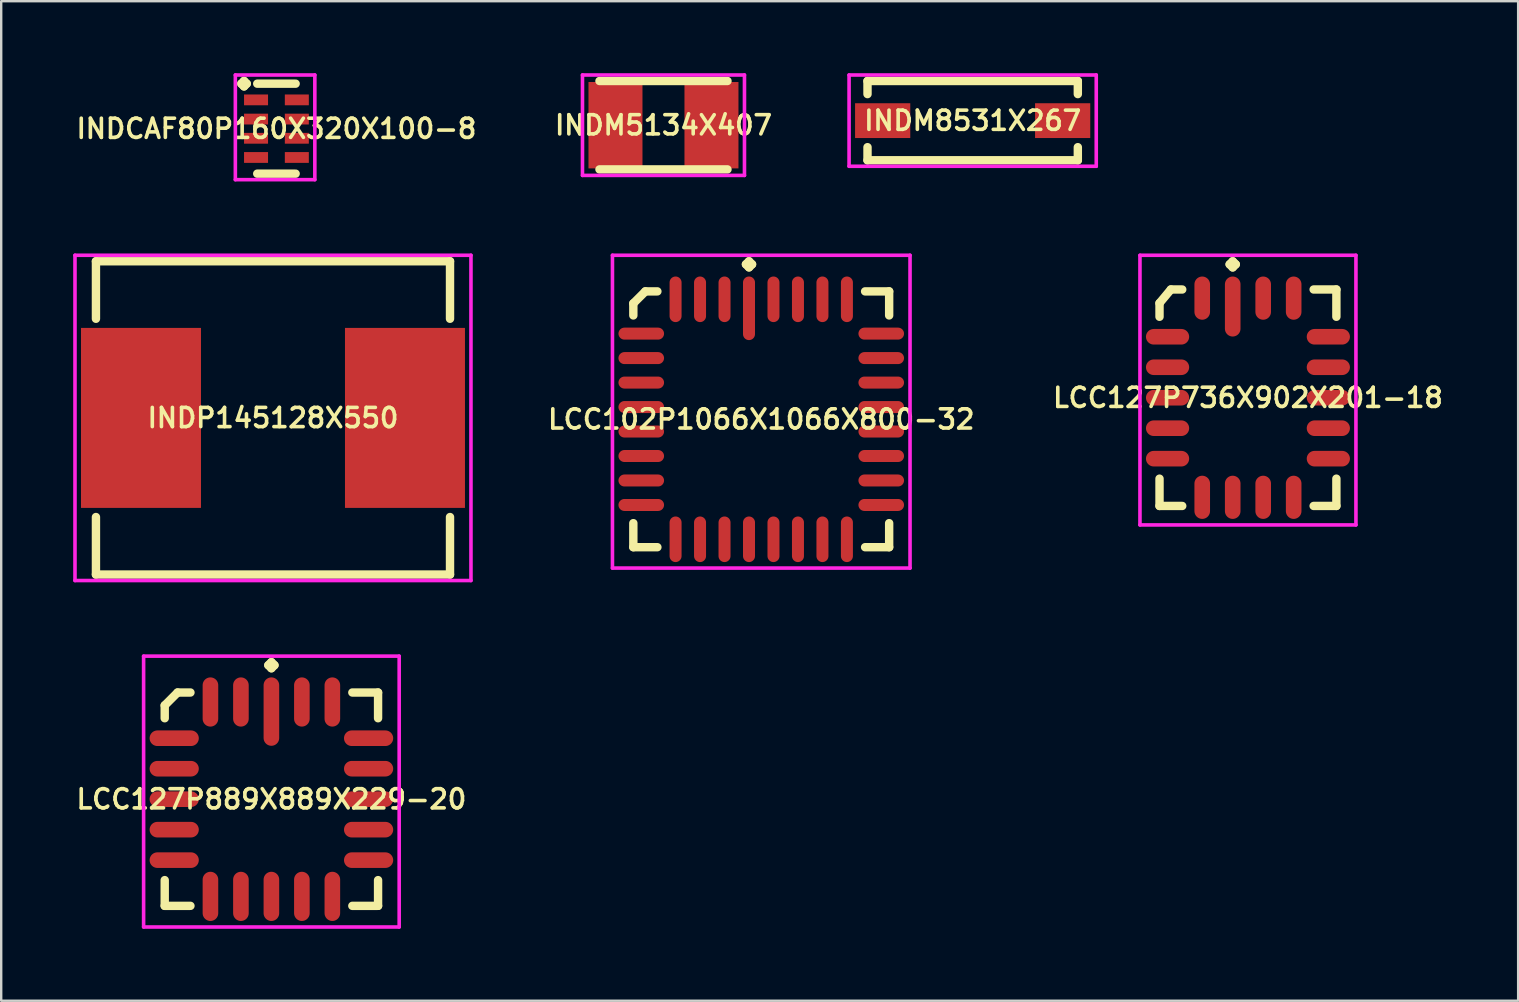
<source format=kicad_pcb>
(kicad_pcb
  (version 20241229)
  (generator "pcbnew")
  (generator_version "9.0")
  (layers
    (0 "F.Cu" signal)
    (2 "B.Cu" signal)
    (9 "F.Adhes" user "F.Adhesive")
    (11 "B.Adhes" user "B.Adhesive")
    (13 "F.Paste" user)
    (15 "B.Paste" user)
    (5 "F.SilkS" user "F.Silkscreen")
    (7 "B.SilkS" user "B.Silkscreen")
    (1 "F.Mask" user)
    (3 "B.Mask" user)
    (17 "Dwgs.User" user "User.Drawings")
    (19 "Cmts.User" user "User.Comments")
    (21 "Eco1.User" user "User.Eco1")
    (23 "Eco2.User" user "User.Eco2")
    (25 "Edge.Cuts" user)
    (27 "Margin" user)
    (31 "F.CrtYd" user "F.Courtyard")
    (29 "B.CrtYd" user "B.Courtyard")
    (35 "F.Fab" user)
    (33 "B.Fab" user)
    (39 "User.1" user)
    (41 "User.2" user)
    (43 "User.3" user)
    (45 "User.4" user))
  (footprint "LCC102P1066X1066X800-32"
    (layer "F.Cu")
    (at 28.671 14.422)
    (property "Reference" "LCC102P1066X1066X800-32" (at 0 0 0) (layer "F.SilkS") (effects (font (size 0.8 0.8) (thickness 0.15))))
    (attr smd)
    (fp_line (start -5.33 -4.829) (end -4.829 -5.33) (stroke (width 0.35) (type solid)) (layer "F.SilkS"))
    (fp_line (start -5.33 -4.328) (end -5.33 -4.829) (stroke (width 0.35) (type solid)) (layer "F.SilkS"))
    (fp_line (start -5.33 4.328) (end -5.33 5.33) (stroke (width 0.35) (type solid)) (layer "F.SilkS"))
    (fp_line (start -5.33 5.33) (end -4.328 5.33) (stroke (width 0.35) (type solid)) (layer "F.SilkS"))
    (fp_line (start -4.829 -5.33) (end -4.328 -5.33) (stroke (width 0.35) (type solid)) (layer "F.SilkS"))
    (fp_line (start -0.637 -6.458) (end -0.51 -6.585) (stroke (width 0.35) (type solid)) (layer "F.SilkS"))
    (fp_line (start -0.51 -6.585) (end -0.383 -6.458) (stroke (width 0.35) (type solid)) (layer "F.SilkS"))
    (fp_line (start -0.51 -6.331) (end -0.637 -6.458) (stroke (width 0.35) (type solid)) (layer "F.SilkS"))
    (fp_line (start -0.383 -6.458) (end -0.51 -6.331) (stroke (width 0.35) (type solid)) (layer "F.SilkS"))
    (fp_line (start 5.33 -5.33) (end 4.328 -5.33) (stroke (width 0.35) (type solid)) (layer "F.SilkS"))
    (fp_line (start 5.33 -4.328) (end 5.33 -5.33) (stroke (width 0.35) (type solid)) (layer "F.SilkS"))
    (fp_line (start 5.33 4.328) (end 5.33 5.33) (stroke (width 0.35) (type solid)) (layer "F.SilkS"))
    (fp_line (start 5.33 5.33) (end 4.328 5.33) (stroke (width 0.35) (type solid)) (layer "F.SilkS"))
    (fp_line (start -6.2 -6.835) (end 6.2 -6.835) (stroke (width 0.15) (type solid)) (layer "F.CrtYd"))
    (fp_line (start -6.2 6.2) (end -6.2 -6.835) (stroke (width 0.15) (type solid)) (layer "F.CrtYd"))
    (fp_line (start 6.2 -6.835) (end 6.2 6.2) (stroke (width 0.15) (type solid)) (layer "F.CrtYd"))
    (fp_line (start 6.2 6.2) (end -6.2 6.2) (stroke (width 0.15) (type solid)) (layer "F.CrtYd"))
    (pad "1" smd oval (at -0.51 -4.625) (size 0.5 2.65) (layers "F.Cu" "F.Mask" "F.Paste"))
    (pad "2" smd oval (at -1.53 -5) (size 0.5 1.9) (layers "F.Cu" "F.Mask" "F.Paste"))
    (pad "3" smd oval (at -2.55 -5) (size 0.5 1.9) (layers "F.Cu" "F.Mask" "F.Paste"))
    (pad "4" smd oval (at -3.57 -5) (size 0.5 1.9) (layers "F.Cu" "F.Mask" "F.Paste"))
    (pad "5" smd oval (at -5 -3.57) (size 1.9 0.5) (layers "F.Cu" "F.Mask" "F.Paste"))
    (pad "6" smd oval (at -5 -2.55) (size 1.9 0.5) (layers "F.Cu" "F.Mask" "F.Paste"))
    (pad "7" smd oval (at -5 -1.53) (size 1.9 0.5) (layers "F.Cu" "F.Mask" "F.Paste"))
    (pad "8" smd oval (at -5 -0.51) (size 1.9 0.5) (layers "F.Cu" "F.Mask" "F.Paste"))
    (pad "9" smd oval (at -5 0.51) (size 1.9 0.5) (layers "F.Cu" "F.Mask" "F.Paste"))
    (pad "10" smd oval (at -5 1.53) (size 1.9 0.5) (layers "F.Cu" "F.Mask" "F.Paste"))
    (pad "11" smd oval (at -5 2.55) (size 1.9 0.5) (layers "F.Cu" "F.Mask" "F.Paste"))
    (pad "12" smd oval (at -5 3.57) (size 1.9 0.5) (layers "F.Cu" "F.Mask" "F.Paste"))
    (pad "13" smd oval (at -3.57 5) (size 0.5 1.9) (layers "F.Cu" "F.Mask" "F.Paste"))
    (pad "14" smd oval (at -2.55 5) (size 0.5 1.9) (layers "F.Cu" "F.Mask" "F.Paste"))
    (pad "15" smd oval (at -1.53 5) (size 0.5 1.9) (layers "F.Cu" "F.Mask" "F.Paste"))
    (pad "16" smd oval (at -0.51 5) (size 0.5 1.9) (layers "F.Cu" "F.Mask" "F.Paste"))
    (pad "17" smd oval (at 0.51 5) (size 0.5 1.9) (layers "F.Cu" "F.Mask" "F.Paste"))
    (pad "18" smd oval (at 1.53 5) (size 0.5 1.9) (layers "F.Cu" "F.Mask" "F.Paste"))
    (pad "19" smd oval (at 2.55 5) (size 0.5 1.9) (layers "F.Cu" "F.Mask" "F.Paste"))
    (pad "20" smd oval (at 3.57 5) (size 0.5 1.9) (layers "F.Cu" "F.Mask" "F.Paste"))
    (pad "21" smd oval (at 5 3.57) (size 1.9 0.5) (layers "F.Cu" "F.Mask" "F.Paste"))
    (pad "22" smd oval (at 5 2.55) (size 1.9 0.5) (layers "F.Cu" "F.Mask" "F.Paste"))
    (pad "23" smd oval (at 5 1.53) (size 1.9 0.5) (layers "F.Cu" "F.Mask" "F.Paste"))
    (pad "24" smd oval (at 5 0.51) (size 1.9 0.5) (layers "F.Cu" "F.Mask" "F.Paste"))
    (pad "25" smd oval (at 5 -0.51) (size 1.9 0.5) (layers "F.Cu" "F.Mask" "F.Paste"))
    (pad "26" smd oval (at 5 -1.53) (size 1.9 0.5) (layers "F.Cu" "F.Mask" "F.Paste"))
    (pad "27" smd oval (at 5 -2.55) (size 1.9 0.5) (layers "F.Cu" "F.Mask" "F.Paste"))
    (pad "28" smd oval (at 5 -3.57) (size 1.9 0.5) (layers "F.Cu" "F.Mask" "F.Paste"))
    (pad "29" smd oval (at 3.57 -5) (size 0.5 1.9) (layers "F.Cu" "F.Mask" "F.Paste"))
    (pad "30" smd oval (at 2.55 -5) (size 0.5 1.9) (layers "F.Cu" "F.Mask" "F.Paste"))
    (pad "31" smd oval (at 1.53 -5) (size 0.5 1.9) (layers "F.Cu" "F.Mask" "F.Paste"))
    (pad "32" smd oval (at 0.51 -5) (size 0.5 1.9) (layers "F.Cu" "F.Mask" "F.Paste")))
  (footprint "LCC127P736X902X201-18"
    (layer "F.Cu")
    (at 48.952 13.523)
    (property "Reference" "LCC127P736X902X201-18" (at 0 0 0) (layer "F.SilkS") (effects (font (size 0.8 0.8) (thickness 0.15))))
    (attr smd)
    (fp_line (start -3.685 -3.942) (end -3.212 -4.51) (stroke (width 0.35) (type solid)) (layer "F.SilkS"))
    (fp_line (start -3.685 -3.373) (end -3.685 -3.942) (stroke (width 0.35) (type solid)) (layer "F.SilkS"))
    (fp_line (start -3.685 3.373) (end -3.685 4.51) (stroke (width 0.35) (type solid)) (layer "F.SilkS"))
    (fp_line (start -3.685 4.51) (end -2.738 4.51) (stroke (width 0.35) (type solid)) (layer "F.SilkS"))
    (fp_line (start -3.212 -4.51) (end -2.738 -4.51) (stroke (width 0.35) (type solid)) (layer "F.SilkS"))
    (fp_line (start -0.762 -5.558) (end -0.635 -5.685) (stroke (width 0.35) (type solid)) (layer "F.SilkS"))
    (fp_line (start -0.635 -5.685) (end -0.508 -5.558) (stroke (width 0.35) (type solid)) (layer "F.SilkS"))
    (fp_line (start -0.635 -5.431) (end -0.762 -5.558) (stroke (width 0.35) (type solid)) (layer "F.SilkS"))
    (fp_line (start -0.508 -5.558) (end -0.635 -5.431) (stroke (width 0.35) (type solid)) (layer "F.SilkS"))
    (fp_line (start 3.685 -4.51) (end 2.738 -4.51) (stroke (width 0.35) (type solid)) (layer "F.SilkS"))
    (fp_line (start 3.685 -3.373) (end 3.685 -4.51) (stroke (width 0.35) (type solid)) (layer "F.SilkS"))
    (fp_line (start 3.685 3.373) (end 3.685 4.51) (stroke (width 0.35) (type solid)) (layer "F.SilkS"))
    (fp_line (start 3.685 4.51) (end 2.738 4.51) (stroke (width 0.35) (type solid)) (layer "F.SilkS"))
    (fp_line (start -4.5 -5.935) (end 4.5 -5.935) (stroke (width 0.15) (type solid)) (layer "F.CrtYd"))
    (fp_line (start -4.5 5.3) (end -4.5 -5.935) (stroke (width 0.15) (type solid)) (layer "F.CrtYd"))
    (fp_line (start 4.5 -5.935) (end 4.5 5.3) (stroke (width 0.15) (type solid)) (layer "F.CrtYd"))
    (fp_line (start 4.5 5.3) (end -4.5 5.3) (stroke (width 0.15) (type solid)) (layer "F.CrtYd"))
    (pad "1" smd oval (at -0.635 -3.8) (size 0.65 2.5) (layers "F.Cu" "F.Mask" "F.Paste"))
    (pad "2" smd oval (at -1.905 -4.15) (size 0.65 1.8) (layers "F.Cu" "F.Mask" "F.Paste"))
    (pad "3" smd oval (at -3.35 -2.54) (size 1.8 0.65) (layers "F.Cu" "F.Mask" "F.Paste"))
    (pad "4" smd oval (at -3.35 -1.27) (size 1.8 0.65) (layers "F.Cu" "F.Mask" "F.Paste"))
    (pad "5" smd oval (at -3.35 0) (size 1.8 0.65) (layers "F.Cu" "F.Mask" "F.Paste"))
    (pad "6" smd oval (at -3.35 1.27) (size 1.8 0.65) (layers "F.Cu" "F.Mask" "F.Paste"))
    (pad "7" smd oval (at -3.35 2.54) (size 1.8 0.65) (layers "F.Cu" "F.Mask" "F.Paste"))
    (pad "8" smd oval (at -1.905 4.15) (size 0.65 1.8) (layers "F.Cu" "F.Mask" "F.Paste"))
    (pad "9" smd oval (at -0.635 4.15) (size 0.65 1.8) (layers "F.Cu" "F.Mask" "F.Paste"))
    (pad "10" smd oval (at 0.635 4.15) (size 0.65 1.8) (layers "F.Cu" "F.Mask" "F.Paste"))
    (pad "11" smd oval (at 1.905 4.15) (size 0.65 1.8) (layers "F.Cu" "F.Mask" "F.Paste"))
    (pad "12" smd oval (at 3.35 2.54) (size 1.8 0.65) (layers "F.Cu" "F.Mask" "F.Paste"))
    (pad "13" smd oval (at 3.35 1.27) (size 1.8 0.65) (layers "F.Cu" "F.Mask" "F.Paste"))
    (pad "14" smd oval (at 3.35 0) (size 1.8 0.65) (layers "F.Cu" "F.Mask" "F.Paste"))
    (pad "15" smd oval (at 3.35 -1.27) (size 1.8 0.65) (layers "F.Cu" "F.Mask" "F.Paste"))
    (pad "16" smd oval (at 3.35 -2.54) (size 1.8 0.65) (layers "F.Cu" "F.Mask" "F.Paste"))
    (pad "17" smd oval (at 1.905 -4.15) (size 0.65 1.8) (layers "F.Cu" "F.Mask" "F.Paste"))
    (pad "18" smd oval (at 0.635 -4.15) (size 0.65 1.8) (layers "F.Cu" "F.Mask" "F.Paste")))
  (footprint "INDCAF80P160X320X100-8"
    (layer "F.Cu")
    (at 8.469 2.312)
    (property "Reference" "INDCAF80P160X320X100-8" (at 0 0 0) (layer "F.SilkS") (effects (font (size 0.8 0.8) (thickness 0.15))))
    (attr smd)
    (fp_line (start -1.462 -1.875) (end -1.35 -1.988) (stroke (width 0.35) (type solid)) (layer "F.SilkS"))
    (fp_line (start -1.35 -1.988) (end -1.238 -1.875) (stroke (width 0.35) (type solid)) (layer "F.SilkS"))
    (fp_line (start -1.35 -1.762) (end -1.462 -1.875) (stroke (width 0.35) (type solid)) (layer "F.SilkS"))
    (fp_line (start -1.238 -1.875) (end -1.35 -1.762) (stroke (width 0.35) (type solid)) (layer "F.SilkS"))
    (fp_line (start -0.8 -1.875) (end 0.8 -1.875) (stroke (width 0.35) (type solid)) (layer "F.SilkS"))
    (fp_line (start -0.8 1.875) (end 0.8 1.875) (stroke (width 0.35) (type solid)) (layer "F.SilkS"))
    (fp_line (start -1.712 -2.237) (end 1.6 -2.237) (stroke (width 0.15) (type solid)) (layer "F.CrtYd"))
    (fp_line (start -1.712 2.125) (end -1.712 -2.237) (stroke (width 0.15) (type solid)) (layer "F.CrtYd"))
    (fp_line (start 1.6 -2.237) (end 1.6 2.125) (stroke (width 0.15) (type solid)) (layer "F.CrtYd"))
    (fp_line (start 1.6 2.125) (end -1.712 2.125) (stroke (width 0.15) (type solid)) (layer "F.CrtYd"))
    (pad "1" smd rect (at -0.85 -1.2) (size 1 0.45) (layers "F.Cu" "F.Mask" "F.Paste"))
    (pad "2" smd rect (at -0.85 -0.4) (size 1 0.45) (layers "F.Cu" "F.Mask" "F.Paste"))
    (pad "3" smd rect (at -0.85 0.4) (size 1 0.45) (layers "F.Cu" "F.Mask" "F.Paste"))
    (pad "4" smd rect (at -0.85 1.2) (size 1 0.45) (layers "F.Cu" "F.Mask" "F.Paste"))
    (pad "5" smd rect (at 0.85 1.2) (size 1 0.45) (layers "F.Cu" "F.Mask" "F.Paste"))
    (pad "6" smd rect (at 0.85 0.4) (size 1 0.45) (layers "F.Cu" "F.Mask" "F.Paste"))
    (pad "7" smd rect (at 0.85 -0.4) (size 1 0.45) (layers "F.Cu" "F.Mask" "F.Paste"))
    (pad "8" smd rect (at 0.85 -1.2) (size 1 0.45) (layers "F.Cu" "F.Mask" "F.Paste")))
  (footprint "INDM5134X407"
    (layer "F.Cu")
    (at 24.597 2.167)
    (property "Reference" "INDM5134X407" (at 0 0 0) (layer "F.SilkS") (effects (font (size 0.8 0.8) (thickness 0.15))))
    (attr smd)
    (fp_line (start -2.667 -1.842) (end 2.667 -1.842) (stroke (width 0.35) (type solid)) (layer "F.SilkS"))
    (fp_line (start -2.667 1.842) (end 2.667 1.842) (stroke (width 0.35) (type solid)) (layer "F.SilkS"))
    (fp_line (start -3.375 -2.092) (end 3.375 -2.092) (stroke (width 0.15) (type solid)) (layer "F.CrtYd"))
    (fp_line (start -3.375 2.092) (end -3.375 -2.092) (stroke (width 0.15) (type solid)) (layer "F.CrtYd"))
    (fp_line (start 3.375 -2.092) (end 3.375 2.092) (stroke (width 0.15) (type solid)) (layer "F.CrtYd"))
    (fp_line (start 3.375 2.092) (end -3.375 2.092) (stroke (width 0.15) (type solid)) (layer "F.CrtYd"))
    (pad "1" smd rect (at -2 0) (size 2.25 3.6) (layers "F.Cu" "F.Mask" "F.Paste"))
    (pad "2" smd rect (at 2 0) (size 2.25 3.6) (layers "F.Cu" "F.Mask" "F.Paste")))
  (footprint "INDP145128X550"
    (layer "F.Cu")
    (at 8.325 14.364)
    (property "Reference" "INDP145128X550" (at 0 0 0) (layer "F.SilkS") (effects (font (size 0.8 0.8) (thickness 0.15))))
    (attr smd)
    (fp_line (start -7.377 -6.527) (end 7.377 -6.527) (stroke (width 0.35) (type solid)) (layer "F.SilkS"))
    (fp_line (start -7.377 -4.131) (end -7.377 -6.527) (stroke (width 0.35) (type solid)) (layer "F.SilkS"))
    (fp_line (start -7.377 4.131) (end -7.377 6.527) (stroke (width 0.35) (type solid)) (layer "F.SilkS"))
    (fp_line (start -7.377 6.527) (end 7.377 6.527) (stroke (width 0.35) (type solid)) (layer "F.SilkS"))
    (fp_line (start 7.377 -6.527) (end 7.377 -4.131) (stroke (width 0.35) (type solid)) (layer "F.SilkS"))
    (fp_line (start 7.377 6.527) (end 7.377 4.131) (stroke (width 0.35) (type solid)) (layer "F.SilkS"))
    (fp_line (start -8.25 -6.777) (end 8.25 -6.777) (stroke (width 0.15) (type solid)) (layer "F.CrtYd"))
    (fp_line (start -8.25 6.777) (end -8.25 -6.777) (stroke (width 0.15) (type solid)) (layer "F.CrtYd"))
    (fp_line (start 8.25 -6.777) (end 8.25 6.777) (stroke (width 0.15) (type solid)) (layer "F.CrtYd"))
    (fp_line (start 8.25 6.777) (end -8.25 6.777) (stroke (width 0.15) (type solid)) (layer "F.CrtYd"))
    (pad "1" smd rect (at -5.5 0) (size 5 7.5) (layers "F.Cu" "F.Mask" "F.Paste"))
    (pad "2" smd rect (at 5.5 0) (size 5 7.5) (layers "F.Cu" "F.Mask" "F.Paste")))
  (footprint "LCC127P889X889X229-20"
    (layer "F.Cu")
    (at 8.259 30.252)
    (property "Reference" "LCC127P889X889X229-20" (at 0 0 0) (layer "F.SilkS") (effects (font (size 0.8 0.8) (thickness 0.15))))
    (attr smd)
    (fp_line (start -4.445 -3.909) (end -3.909 -4.445) (stroke (width 0.35) (type solid)) (layer "F.SilkS"))
    (fp_line (start -4.445 -3.373) (end -4.445 -3.909) (stroke (width 0.35) (type solid)) (layer "F.SilkS"))
    (fp_line (start -4.445 3.373) (end -4.445 4.445) (stroke (width 0.35) (type solid)) (layer "F.SilkS"))
    (fp_line (start -4.445 4.445) (end -3.373 4.445) (stroke (width 0.35) (type solid)) (layer "F.SilkS"))
    (fp_line (start -3.909 -4.445) (end -3.373 -4.445) (stroke (width 0.35) (type solid)) (layer "F.SilkS"))
    (fp_line (start -0.127 -5.583) (end 0 -5.71) (stroke (width 0.35) (type solid)) (layer "F.SilkS"))
    (fp_line (start 0 -5.71) (end 0.127 -5.583) (stroke (width 0.35) (type solid)) (layer "F.SilkS"))
    (fp_line (start 0 -5.456) (end -0.127 -5.583) (stroke (width 0.35) (type solid)) (layer "F.SilkS"))
    (fp_line (start 0.127 -5.583) (end 0 -5.456) (stroke (width 0.35) (type solid)) (layer "F.SilkS"))
    (fp_line (start 4.445 -4.445) (end 3.373 -4.445) (stroke (width 0.35) (type solid)) (layer "F.SilkS"))
    (fp_line (start 4.445 -3.373) (end 4.445 -4.445) (stroke (width 0.35) (type solid)) (layer "F.SilkS"))
    (fp_line (start 4.445 3.373) (end 4.445 4.445) (stroke (width 0.35) (type solid)) (layer "F.SilkS"))
    (fp_line (start 4.445 4.445) (end 3.373 4.445) (stroke (width 0.35) (type solid)) (layer "F.SilkS"))
    (fp_line (start -5.325 -5.96) (end 5.325 -5.96) (stroke (width 0.15) (type solid)) (layer "F.CrtYd"))
    (fp_line (start -5.325 5.325) (end -5.325 -5.96) (stroke (width 0.15) (type solid)) (layer "F.CrtYd"))
    (fp_line (start 5.325 -5.96) (end 5.325 5.325) (stroke (width 0.15) (type solid)) (layer "F.CrtYd"))
    (fp_line (start 5.325 5.325) (end -5.325 5.325) (stroke (width 0.15) (type solid)) (layer "F.CrtYd"))
    (pad "1" smd oval (at 0 -3.65) (size 0.65 2.85) (layers "F.Cu" "F.Mask" "F.Paste"))
    (pad "2" smd oval (at -1.27 -4.05) (size 0.65 2.05) (layers "F.Cu" "F.Mask" "F.Paste"))
    (pad "3" smd oval (at -2.54 -4.05) (size 0.65 2.05) (layers "F.Cu" "F.Mask" "F.Paste"))
    (pad "4" smd oval (at -4.05 -2.54) (size 2.05 0.65) (layers "F.Cu" "F.Mask" "F.Paste"))
    (pad "5" smd oval (at -4.05 -1.27) (size 2.05 0.65) (layers "F.Cu" "F.Mask" "F.Paste"))
    (pad "6" smd oval (at -4.05 0) (size 2.05 0.65) (layers "F.Cu" "F.Mask" "F.Paste"))
    (pad "7" smd oval (at -4.05 1.27) (size 2.05 0.65) (layers "F.Cu" "F.Mask" "F.Paste"))
    (pad "8" smd oval (at -4.05 2.54) (size 2.05 0.65) (layers "F.Cu" "F.Mask" "F.Paste"))
    (pad "9" smd oval (at -2.54 4.05) (size 0.65 2.05) (layers "F.Cu" "F.Mask" "F.Paste"))
    (pad "10" smd oval (at -1.27 4.05) (size 0.65 2.05) (layers "F.Cu" "F.Mask" "F.Paste"))
    (pad "11" smd oval (at 0 4.05) (size 0.65 2.05) (layers "F.Cu" "F.Mask" "F.Paste"))
    (pad "12" smd oval (at 1.27 4.05) (size 0.65 2.05) (layers "F.Cu" "F.Mask" "F.Paste"))
    (pad "13" smd oval (at 2.54 4.05) (size 0.65 2.05) (layers "F.Cu" "F.Mask" "F.Paste"))
    (pad "14" smd oval (at 4.05 2.54) (size 2.05 0.65) (layers "F.Cu" "F.Mask" "F.Paste"))
    (pad "15" smd oval (at 4.05 1.27) (size 2.05 0.65) (layers "F.Cu" "F.Mask" "F.Paste"))
    (pad "16" smd oval (at 4.05 0) (size 2.05 0.65) (layers "F.Cu" "F.Mask" "F.Paste"))
    (pad "17" smd oval (at 4.05 -1.27) (size 2.05 0.65) (layers "F.Cu" "F.Mask" "F.Paste"))
    (pad "18" smd oval (at 4.05 -2.54) (size 2.05 0.65) (layers "F.Cu" "F.Mask" "F.Paste"))
    (pad "19" smd oval (at 2.54 -4.05) (size 0.65 2.05) (layers "F.Cu" "F.Mask" "F.Paste"))
    (pad "20" smd oval (at 1.27 -4.05) (size 0.65 2.05) (layers "F.Cu" "F.Mask" "F.Paste")))
  (footprint "INDM8531X267"
    (layer "F.Cu")
    (at 37.481 1.977)
    (property "Reference" "INDM8531X267" (at 0 0 0) (layer "F.SilkS") (effects (font (size 0.8 0.8) (thickness 0.15))))
    (attr smd)
    (fp_line (start -4.382 -1.652) (end 4.382 -1.652) (stroke (width 0.35) (type solid)) (layer "F.SilkS"))
    (fp_line (start -4.382 -1.106) (end -4.382 -1.652) (stroke (width 0.35) (type solid)) (layer "F.SilkS"))
    (fp_line (start -4.382 1.106) (end -4.382 1.652) (stroke (width 0.35) (type solid)) (layer "F.SilkS"))
    (fp_line (start -4.382 1.652) (end 4.382 1.652) (stroke (width 0.35) (type solid)) (layer "F.SilkS"))
    (fp_line (start 4.382 -1.652) (end 4.382 -1.106) (stroke (width 0.35) (type solid)) (layer "F.SilkS"))
    (fp_line (start 4.382 1.652) (end 4.382 1.106) (stroke (width 0.35) (type solid)) (layer "F.SilkS"))
    (fp_line (start -5.15 -1.902) (end 5.15 -1.902) (stroke (width 0.15) (type solid)) (layer "F.CrtYd"))
    (fp_line (start -5.15 1.902) (end -5.15 -1.902) (stroke (width 0.15) (type solid)) (layer "F.CrtYd"))
    (fp_line (start 5.15 -1.902) (end 5.15 1.902) (stroke (width 0.15) (type solid)) (layer "F.CrtYd"))
    (fp_line (start 5.15 1.902) (end -5.15 1.902) (stroke (width 0.15) (type solid)) (layer "F.CrtYd"))
    (pad "1" smd rect (at -3.75 0) (size 2.3 1.45) (layers "F.Cu" "F.Mask" "F.Paste"))
    (pad "2" smd rect (at 3.75 0) (size 2.3 1.45) (layers "F.Cu" "F.Mask" "F.Paste")))
  (gr_rect
    (start -3 -3)
    (end 60.211 38.651)
    (stroke (width 0.1) (type default))
    (fill no)
    (layer "Edge.Cuts")))
</source>
